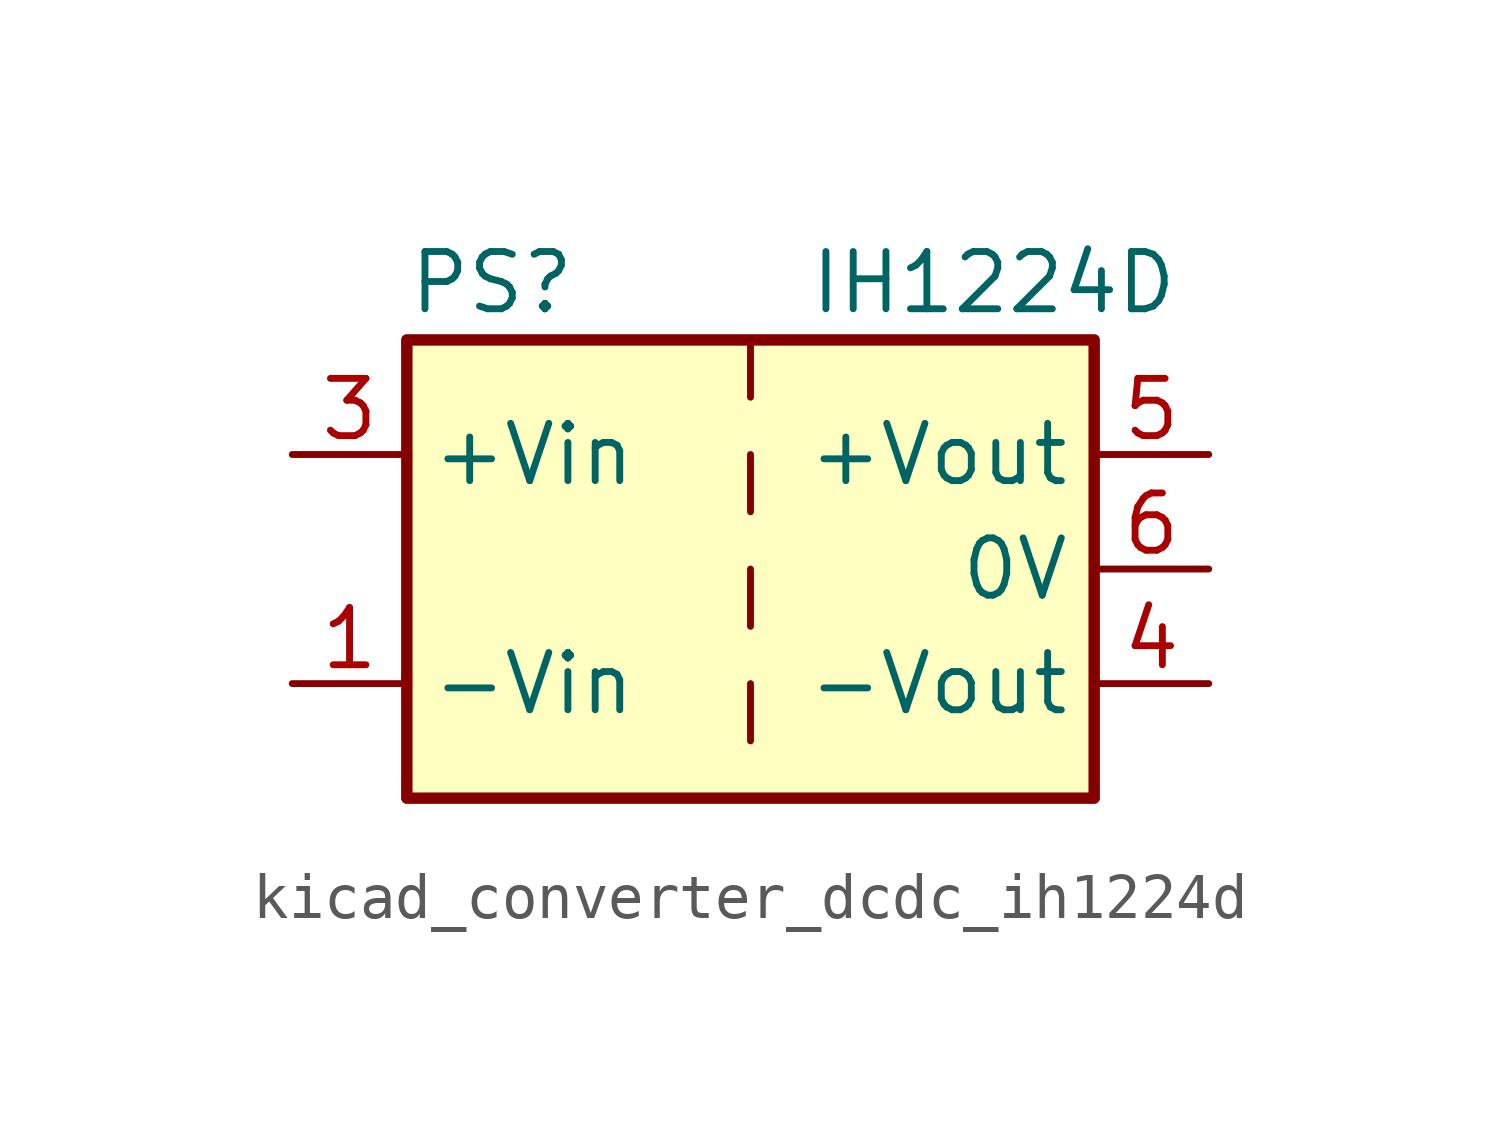
<source format=kicad_sym>
(kicad_symbol_lib
  (version 20220914)
  (generator kicad_symbol_editor)
  (symbol "kicad_converter_dcdc_ih1224d"
    (property "Reference" "PS"
      (at -7.62 6.35 0)
      (effects (font (size 1.27 1.27)) (justify left)))
    (property "Value" "IH1224D"
      (at 1.27 6.35 0)
      (effects (font (size 1.27 1.27)) (justify left)))
    (symbol "kicad_converter_dcdc_ih1224d_0_0"
      (pin power_in line (at -10.16 -2.54 0) (length 2.54) (name "-Vin" (effects (font (size 1.27 1.27)))) (number "1" (effects (font (size 1.27 1.27)))))
      (pin power_in line (at -10.16 2.54 0) (length 2.54) (name "+Vin" (effects (font (size 1.27 1.27)))) (number "3" (effects (font (size 1.27 1.27)))))
      (pin power_out line (at 10.16 -2.54 180) (length 2.54) (name "-Vout" (effects (font (size 1.27 1.27)))) (number "4" (effects (font (size 1.27 1.27)))))
      (pin power_out line (at 10.16 2.54 180) (length 2.54) (name "+Vout" (effects (font (size 1.27 1.27)))) (number "5" (effects (font (size 1.27 1.27)))))
      (pin power_out line (at 10.16 0 180) (length 2.54) (name "0V" (effects (font (size 1.27 1.27)))) (number "6" (effects (font (size 1.27 1.27))))))
    (symbol "kicad_converter_dcdc_ih1224d_0_1"
      (rectangle (start -7.62 5.08) (end 7.62 -5.08) (stroke (width 0.254) (type default)) (fill (type background)))
      (polyline (pts (xy 0 -2.54) (xy 0 -3.81)) (stroke (width 0) (type default)) (fill (type none)))
      (polyline (pts (xy 0 0) (xy 0 -1.27)) (stroke (width 0) (type default)) (fill (type none)))
      (polyline (pts (xy 0 2.54) (xy 0 1.27)) (stroke (width 0) (type default)) (fill (type none)))
      (polyline (pts (xy 0 5.08) (xy 0 3.81)) (stroke (width 0) (type default)) (fill (type none))))
    (symbol "kicad_converter_dcdc_ih1224d_1_1"
      (pin no_connect line (at 0 -5.08 90) (length 2.54) hide (name "NC" (effects (font (size 1.27 1.27)))) (number "2" (effects (font (size 1.27 1.27))))))))
</source>
